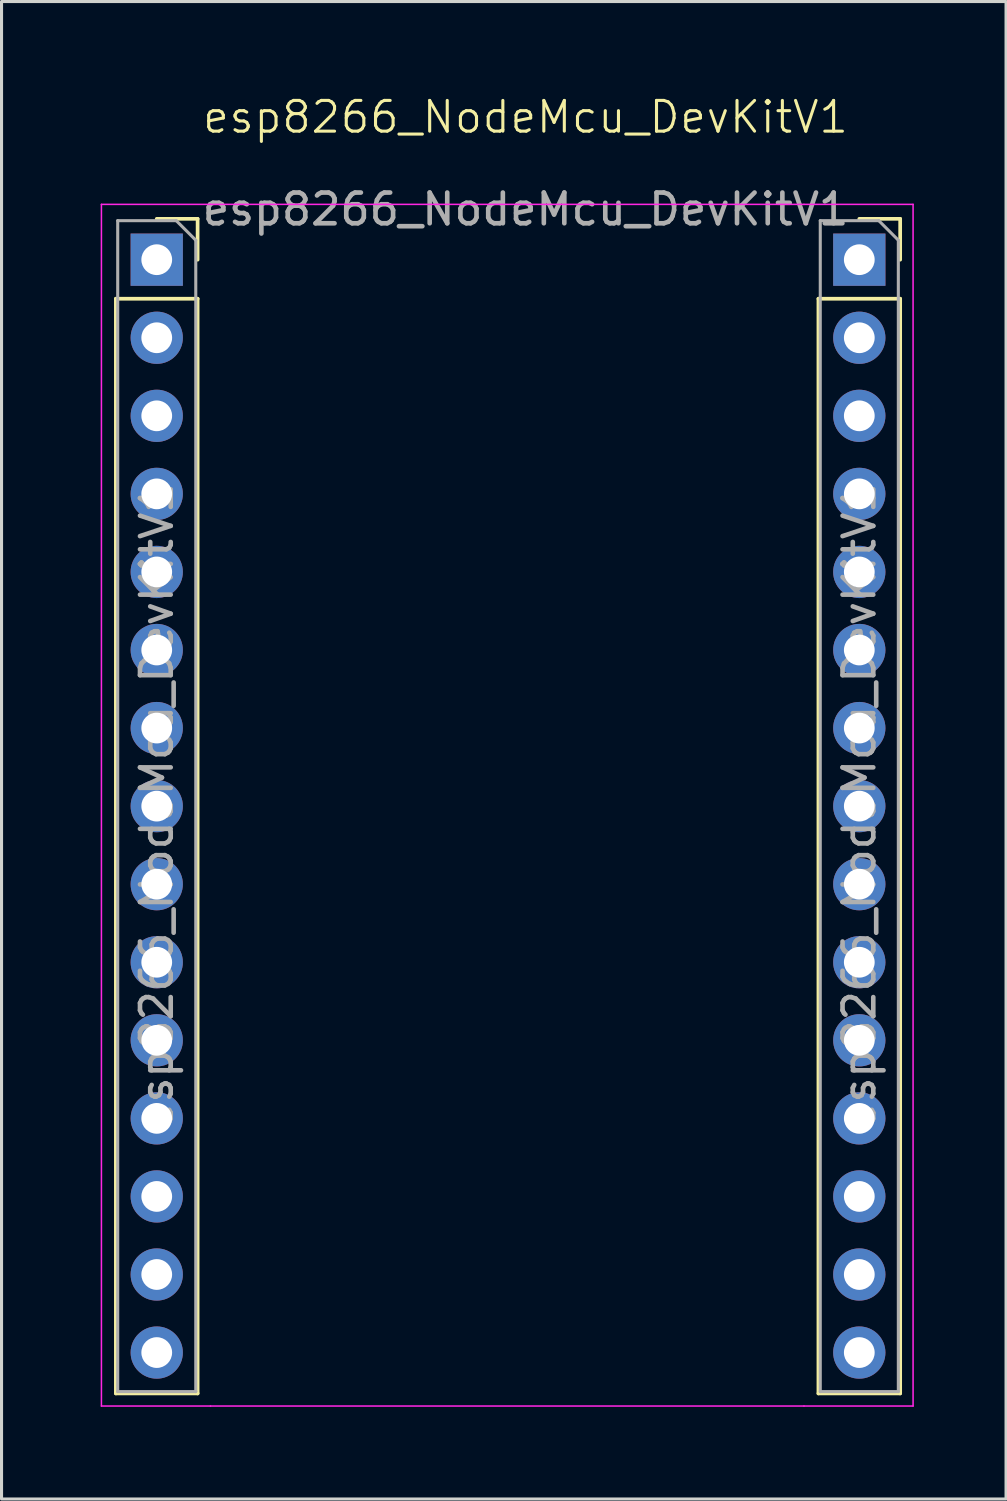
<source format=kicad_pcb>
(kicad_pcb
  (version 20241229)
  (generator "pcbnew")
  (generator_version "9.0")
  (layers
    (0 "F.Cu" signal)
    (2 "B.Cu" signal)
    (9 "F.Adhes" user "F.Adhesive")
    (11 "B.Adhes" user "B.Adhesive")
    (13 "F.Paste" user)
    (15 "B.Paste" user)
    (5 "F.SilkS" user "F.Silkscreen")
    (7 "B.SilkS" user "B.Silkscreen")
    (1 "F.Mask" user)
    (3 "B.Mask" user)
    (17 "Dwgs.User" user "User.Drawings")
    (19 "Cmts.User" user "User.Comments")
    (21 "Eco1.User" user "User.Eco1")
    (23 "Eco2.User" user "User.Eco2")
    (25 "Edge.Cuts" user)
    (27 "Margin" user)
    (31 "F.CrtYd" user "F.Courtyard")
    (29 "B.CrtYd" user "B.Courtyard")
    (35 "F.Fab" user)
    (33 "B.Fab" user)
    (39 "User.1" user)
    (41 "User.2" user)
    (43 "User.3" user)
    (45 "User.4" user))
  (footprint "esp8266_NodeMcu_DevKitV1"
    (layer "F.Cu")
    (at 0.25 3.6)
    (property "Reference" "esp8266_NodeMcu_DevKitV1" (at 13.8 -2.84 0) (unlocked yes) (layer "F.SilkS") (effects (font (size 1 1) (thickness 0.1))))
    (attr through_hole)
    (fp_line (start 0.47 3.07) (end 0.47 38.69) (stroke (width 0.12) (type solid)) (layer "F.SilkS"))
    (fp_line (start 0.47 3.07) (end 3.13 3.07) (stroke (width 0.12) (type solid)) (layer "F.SilkS"))
    (fp_line (start 0.47 38.69) (end 3.13 38.69) (stroke (width 0.12) (type solid)) (layer "F.SilkS"))
    (fp_line (start 1.8 0.47) (end 3.13 0.47) (stroke (width 0.12) (type solid)) (layer "F.SilkS"))
    (fp_line (start 3.13 0.47) (end 3.13 1.8) (stroke (width 0.12) (type solid)) (layer "F.SilkS"))
    (fp_line (start 3.13 3.07) (end 3.13 38.69) (stroke (width 0.12) (type solid)) (layer "F.SilkS"))
    (fp_line (start 23.33 3.07) (end 23.33 38.69) (stroke (width 0.12) (type solid)) (layer "F.SilkS"))
    (fp_line (start 23.33 3.07) (end 25.99 3.07) (stroke (width 0.12) (type solid)) (layer "F.SilkS"))
    (fp_line (start 23.33 38.69) (end 25.99 38.69) (stroke (width 0.12) (type solid)) (layer "F.SilkS"))
    (fp_line (start 24.66 0.47) (end 25.99 0.47) (stroke (width 0.12) (type solid)) (layer "F.SilkS"))
    (fp_line (start 25.99 0.47) (end 25.99 1.8) (stroke (width 0.12) (type solid)) (layer "F.SilkS"))
    (fp_line (start 25.99 3.07) (end 25.99 38.69) (stroke (width 0.12) (type solid)) (layer "F.SilkS"))
    (fp_line (start 0 0) (end 3.55 0) (stroke (width 0.05) (type solid)) (layer "F.CrtYd"))
    (fp_line (start 0 39.1) (end 0 0) (stroke (width 0.05) (type solid)) (layer "F.CrtYd"))
    (fp_line (start 3.55 0) (end 22.86 0) (stroke (width 0.05) (type default)) (layer "F.CrtYd"))
    (fp_line (start 3.55 39.1) (end 0 39.1) (stroke (width 0.05) (type solid)) (layer "F.CrtYd"))
    (fp_line (start 22.86 0) (end 26.41 0) (stroke (width 0.05) (type solid)) (layer "F.CrtYd"))
    (fp_line (start 22.86 39.1) (end 3.55 39.1) (stroke (width 0.05) (type default)) (layer "F.CrtYd"))
    (fp_line (start 26.41 0) (end 26.41 39.1) (stroke (width 0.05) (type solid)) (layer "F.CrtYd"))
    (fp_line (start 26.41 39.1) (end 22.86 39.1) (stroke (width 0.05) (type solid)) (layer "F.CrtYd"))
    (fp_line (start 0.53 0.53) (end 2.435 0.53) (stroke (width 0.1) (type solid)) (layer "F.Fab"))
    (fp_line (start 0.53 38.63) (end 0.53 0.53) (stroke (width 0.1) (type solid)) (layer "F.Fab"))
    (fp_line (start 2.435 0.53) (end 3.07 1.165) (stroke (width 0.1) (type solid)) (layer "F.Fab"))
    (fp_line (start 3.07 1.165) (end 3.07 38.63) (stroke (width 0.1) (type solid)) (layer "F.Fab"))
    (fp_line (start 3.07 38.63) (end 0.53 38.63) (stroke (width 0.1) (type solid)) (layer "F.Fab"))
    (fp_line (start 23.39 0.53) (end 25.295 0.53) (stroke (width 0.1) (type solid)) (layer "F.Fab"))
    (fp_line (start 23.39 38.63) (end 23.39 0.53) (stroke (width 0.1) (type solid)) (layer "F.Fab"))
    (fp_line (start 25.295 0.53) (end 25.93 1.165) (stroke (width 0.1) (type solid)) (layer "F.Fab"))
    (fp_line (start 25.93 1.165) (end 25.93 38.63) (stroke (width 0.1) (type solid)) (layer "F.Fab"))
    (fp_line (start 25.93 38.63) (end 23.39 38.63) (stroke (width 0.1) (type solid)) (layer "F.Fab"))
    (fp_text user "${REFERENCE}" (at 1.8 19.58 90) (layer "F.Fab") (effects (font (size 1 1) (thickness 0.15))))
    (fp_text user "${REFERENCE}" (at 24.66 19.58 90) (layer "F.Fab") (effects (font (size 1 1) (thickness 0.15))))
    (fp_text user "${REFERENCE}" (at 13.8 0.16 0) (unlocked yes) (layer "F.Fab") (effects (font (size 1 1) (thickness 0.15))))
    (pad "1" thru_hole rect (at 1.8 1.8) (size 1.7 1.7) (drill 1) (layers "*.Cu" "*.Mask"))
    (pad "2" thru_hole circle (at 1.8 4.34) (size 1.7 1.7) (drill 1) (layers "*.Cu" "*.Mask"))
    (pad "3" thru_hole circle (at 1.8 6.88) (size 1.7 1.7) (drill 1) (layers "*.Cu" "*.Mask"))
    (pad "4" thru_hole circle (at 1.8 9.42) (size 1.7 1.7) (drill 1) (layers "*.Cu" "*.Mask"))
    (pad "5" thru_hole circle (at 1.8 11.96) (size 1.7 1.7) (drill 1) (layers "*.Cu" "*.Mask"))
    (pad "6" thru_hole circle (at 1.8 14.5) (size 1.7 1.7) (drill 1) (layers "*.Cu" "*.Mask"))
    (pad "7" thru_hole circle (at 1.8 17.04) (size 1.7 1.7) (drill 1) (layers "*.Cu" "*.Mask"))
    (pad "8" thru_hole circle (at 1.8 19.58) (size 1.7 1.7) (drill 1) (layers "*.Cu" "*.Mask"))
    (pad "9" thru_hole circle (at 1.8 22.12) (size 1.7 1.7) (drill 1) (layers "*.Cu" "*.Mask"))
    (pad "10" thru_hole circle (at 1.8 24.66) (size 1.7 1.7) (drill 1) (layers "*.Cu" "*.Mask"))
    (pad "10" thru_hole circle (at 1.8 34.82) (size 1.7 1.7) (drill 1) (layers "*.Cu" "*.Mask"))
    (pad "10" thru_hole circle (at 24.66 17.04) (size 1.7 1.7) (drill 1) (layers "*.Cu" "*.Mask"))
    (pad "10" thru_hole circle (at 24.66 34.82) (size 1.7 1.7) (drill 1) (layers "*.Cu" "*.Mask"))
    (pad "11" thru_hole circle (at 1.8 27.2) (size 1.7 1.7) (drill 1) (layers "*.Cu" "*.Mask"))
    (pad "11" thru_hole circle (at 24.66 14.5) (size 1.7 1.7) (drill 1) (layers "*.Cu" "*.Mask"))
    (pad "11" thru_hole circle (at 24.66 37.36) (size 1.7 1.7) (drill 1) (layers "*.Cu" "*.Mask"))
    (pad "12" thru_hole circle (at 1.8 29.74) (size 1.7 1.7) (drill 1) (layers "*.Cu" "*.Mask"))
    (pad "13" thru_hole circle (at 1.8 32.28) (size 1.7 1.7) (drill 1) (layers "*.Cu" "*.Mask"))
    (pad "15" thru_hole circle (at 1.8 37.36) (size 1.7 1.7) (drill 1) (layers "*.Cu" "*.Mask"))
    (pad "16" thru_hole rect (at 24.66 1.8) (size 1.7 1.7) (drill 1) (layers "*.Cu" "*.Mask"))
    (pad "17" thru_hole circle (at 24.66 4.34) (size 1.7 1.7) (drill 1) (layers "*.Cu" "*.Mask"))
    (pad "18" thru_hole circle (at 24.66 6.88) (size 1.7 1.7) (drill 1) (layers "*.Cu" "*.Mask"))
    (pad "19" thru_hole circle (at 24.66 9.42) (size 1.7 1.7) (drill 1) (layers "*.Cu" "*.Mask"))
    (pad "20" thru_hole circle (at 24.66 11.96) (size 1.7 1.7) (drill 1) (layers "*.Cu" "*.Mask"))
    (pad "23" thru_hole circle (at 24.66 19.58) (size 1.7 1.7) (drill 1) (layers "*.Cu" "*.Mask"))
    (pad "24" thru_hole circle (at 24.66 22.12) (size 1.7 1.7) (drill 1) (layers "*.Cu" "*.Mask"))
    (pad "25" thru_hole circle (at 24.66 24.66) (size 1.7 1.7) (drill 1) (layers "*.Cu" "*.Mask"))
    (pad "26" thru_hole circle (at 24.66 27.2) (size 1.7 1.7) (drill 1) (layers "*.Cu" "*.Mask"))
    (pad "27" thru_hole circle (at 24.66 29.74) (size 1.7 1.7) (drill 1) (layers "*.Cu" "*.Mask"))
    (pad "28" thru_hole circle (at 24.66 32.28) (size 1.7 1.7) (drill 1) (layers "*.Cu" "*.Mask")))
  (gr_rect
    (start -3 -3)
    (end 29.685 45.725)
    (stroke (width 0.1) (type default))
    (fill no)
    (layer "Edge.Cuts")))
</source>
